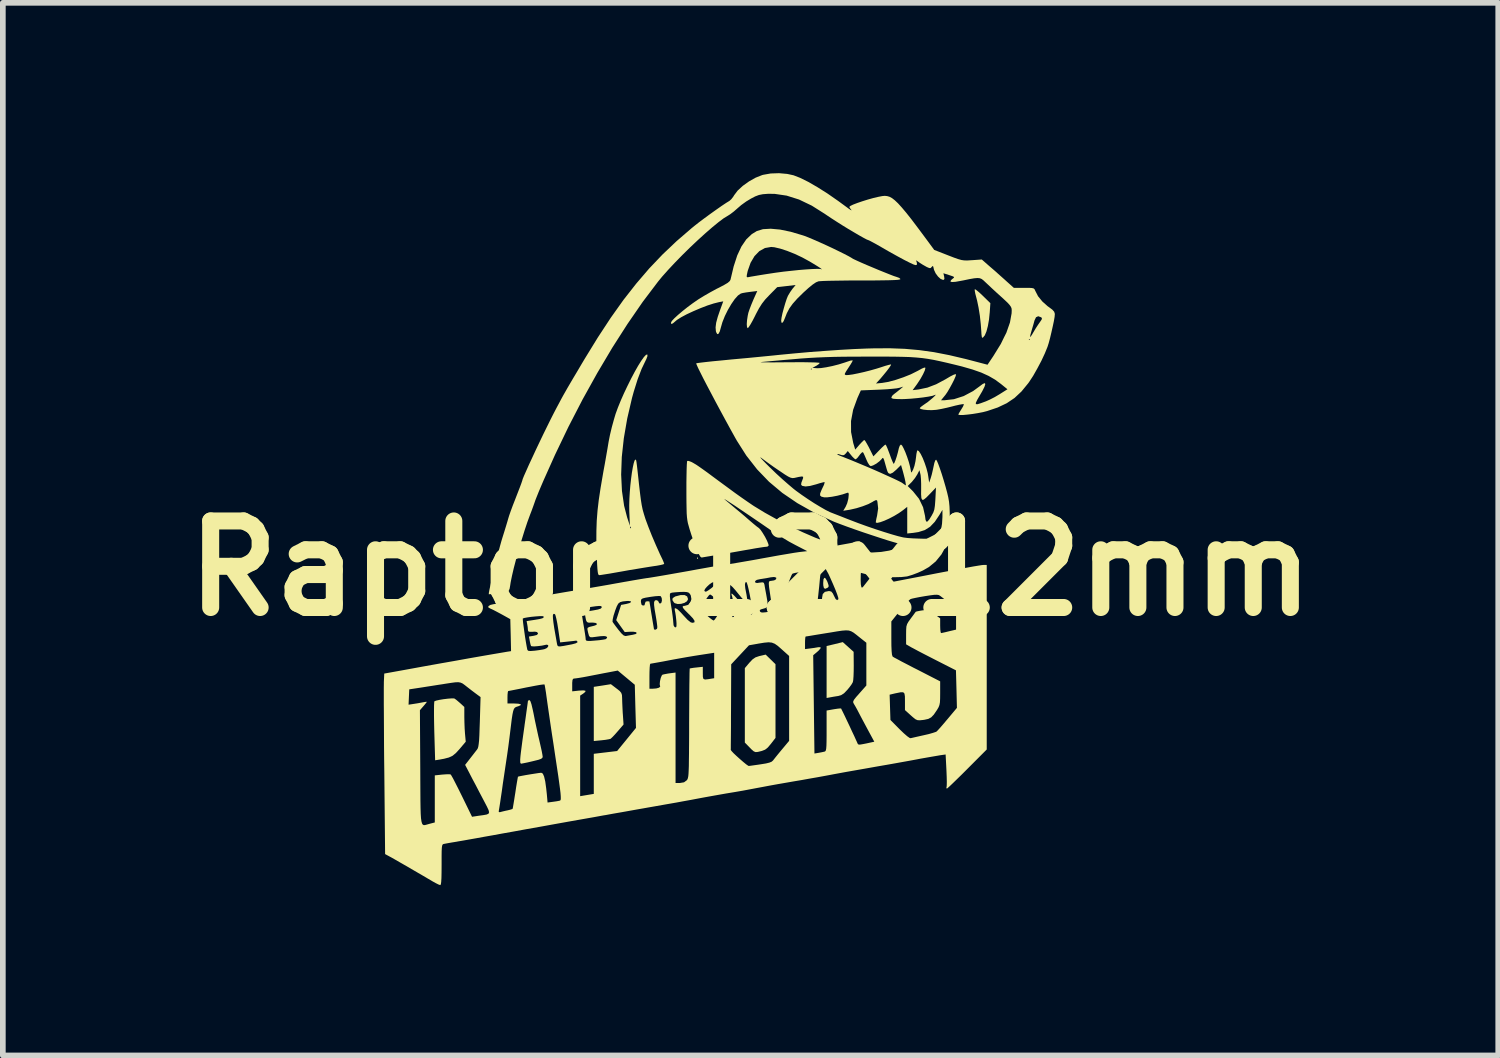
<source format=kicad_pcb>
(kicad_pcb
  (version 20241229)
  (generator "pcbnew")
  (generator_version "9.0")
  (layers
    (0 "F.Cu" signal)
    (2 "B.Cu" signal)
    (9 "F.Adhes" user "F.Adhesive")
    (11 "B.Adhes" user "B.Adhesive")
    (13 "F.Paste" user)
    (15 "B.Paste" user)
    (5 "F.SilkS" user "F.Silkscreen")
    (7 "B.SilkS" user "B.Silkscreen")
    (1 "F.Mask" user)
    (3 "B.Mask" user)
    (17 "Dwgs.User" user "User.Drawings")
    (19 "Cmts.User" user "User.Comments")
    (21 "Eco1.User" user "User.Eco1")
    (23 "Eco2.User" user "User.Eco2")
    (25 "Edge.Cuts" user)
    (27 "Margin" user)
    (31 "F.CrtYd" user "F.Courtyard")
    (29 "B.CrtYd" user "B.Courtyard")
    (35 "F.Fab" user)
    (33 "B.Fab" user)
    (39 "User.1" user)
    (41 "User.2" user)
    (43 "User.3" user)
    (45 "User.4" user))
  (footprint "Raptor 12x12mm"
    (layer "F.Cu")
    (at 10.167 6.959)
    (property "Reference" "Raptor 12x12mm" (at 0 0 0) (layer "F.SilkS") (effects (font (size 1.524 1.524) (thickness 0.3))))
    (attr board_only exclude_from_pos_files exclude_from_bom)
    (fp_poly (pts (xy -0.927 -0.193) (xy -0.924 -0.17) (xy -0.927 -0.167) (xy -0.939 -0.169) (xy -0.94 -0.18) (xy -0.933 -0.196)) (stroke (width 0) (type solid)) (fill yes) (layer "F.SilkS"))
    (fp_poly (pts (xy 1.322 0.177) (xy 1.35 0.228) (xy 1.358 0.248) (xy 1.375 0.299) (xy 1.374 0.326) (xy 1.358 0.341) (xy 1.317 0.36) (xy 1.293 0.348) (xy 1.282 0.303) (xy 1.28 0.258) (xy 1.285 0.193) (xy 1.3 0.166)) (stroke (width 0) (type solid)) (fill yes) (layer "F.SilkS"))
    (fp_poly (pts (xy -1.116 0.494) (xy -1.1 0.542) (xy -1.118 0.579) (xy -1.163 0.608) (xy -1.222 0.625) (xy -1.283 0.628) (xy -1.333 0.614) (xy -1.348 0.602) (xy -1.376 0.558) (xy -1.37 0.523) (xy -1.326 0.495) (xy -1.245 0.474) (xy -1.233 0.471) (xy -1.161 0.47)) (stroke (width 0) (type solid)) (fill yes) (layer "F.SilkS"))
    (fp_poly (pts (xy -0.681 0.553) (xy -0.641 0.584) (xy -0.621 0.601) (xy -0.551 0.66) (xy -0.6 0.75) (xy -0.63 0.801) (xy -0.652 0.833) (xy -0.66 0.839) (xy -0.679 0.827) (xy -0.717 0.796) (xy -0.735 0.78) (xy -0.775 0.739) (xy -0.798 0.706) (xy -0.8 0.698) (xy -0.79 0.667) (xy -0.767 0.623) (xy -0.739 0.578) (xy -0.714 0.547) (xy -0.703 0.541)) (stroke (width 0) (type solid)) (fill yes) (layer "F.SilkS"))
    (fp_poly (pts (xy 0.354 1.604) (xy 0.44 1.688) (xy 0.44 2.986) (xy 0.359 3.091) (xy 0.305 3.155) (xy 0.257 3.193) (xy 0.201 3.215) (xy 0.19 3.218) (xy 0.128 3.233) (xy 0.088 3.236) (xy 0.056 3.222) (xy 0.017 3.188) (xy -0.016 3.154) (xy -0.1 3.068) (xy -0.1 1.757) (xy -0.02 1.662) (xy 0.036 1.603) (xy 0.087 1.568) (xy 0.151 1.546) (xy 0.164 1.543) (xy 0.267 1.519)) (stroke (width 0) (type solid)) (fill yes) (layer "F.SilkS"))
    (fp_poly (pts (xy 1.721 1.385) (xy 1.816 1.47) (xy 1.818 1.714) (xy 1.817 1.813) (xy 1.814 1.901) (xy 1.809 1.968) (xy 1.802 2.004) (xy 1.78 2.043) (xy 1.739 2.099) (xy 1.702 2.143) (xy 1.646 2.201) (xy 1.596 2.233) (xy 1.54 2.249) (xy 1.535 2.249) (xy 1.467 2.26) (xy 1.405 2.271) (xy 1.395 2.273) (xy 1.34 2.283) (xy 1.34 1.368) (xy 1.483 1.334) (xy 1.625 1.299)) (stroke (width 0) (type solid)) (fill yes) (layer "F.SilkS"))
    (fp_poly (pts (xy -2.361 2.115) (xy -2.306 2.158) (xy -2.277 2.192) (xy -2.264 2.23) (xy -2.261 2.285) (xy -2.261 2.292) (xy -2.259 2.361) (xy -2.255 2.452) (xy -2.25 2.549) (xy -2.248 2.572) (xy -2.236 2.75) (xy -2.338 2.869) (xy -2.39 2.928) (xy -2.434 2.974) (xy -2.462 3) (xy -2.465 3.002) (xy -2.497 3.01) (xy -2.555 3.02) (xy -2.625 3.028) (xy -2.76 3.041) (xy -2.76 2.087) (xy -2.609 2.064) (xy -2.459 2.04)) (stroke (width 0) (type solid)) (fill yes) (layer "F.SilkS"))
    (fp_poly (pts (xy 3.968 -4.908) (xy 4.007 -4.877) (xy 4.061 -4.829) (xy 4.092 -4.799) (xy 4.224 -4.67) (xy 4.213 -4.51) (xy 4.2 -4.381) (xy 4.18 -4.267) (xy 4.155 -4.172) (xy 4.126 -4.103) (xy 4.095 -4.066) (xy 4.079 -4.06) (xy 4.073 -4.078) (xy 4.067 -4.124) (xy 4.065 -4.165) (xy 4.055 -4.301) (xy 4.039 -4.449) (xy 4.016 -4.592) (xy 3.99 -4.717) (xy 3.977 -4.767) (xy 3.959 -4.836) (xy 3.949 -4.889) (xy 3.949 -4.915) (xy 3.949 -4.916)) (stroke (width 0) (type solid)) (fill yes) (layer "F.SilkS"))
    (fp_poly (pts (xy -5.22 2.291) (xy -5.212 2.294) (xy -5.181 2.316) (xy -5.135 2.355) (xy -5.112 2.375) (xy -5.04 2.441) (xy -5.04 2.615) (xy -5.038 2.717) (xy -5.034 2.823) (xy -5.028 2.912) (xy -5.027 2.922) (xy -5.015 3.053) (xy -5.123 3.181) (xy -5.188 3.252) (xy -5.246 3.3) (xy -5.312 3.331) (xy -5.396 3.353) (xy -5.472 3.367) (xy -5.554 3.38) (xy -5.569 2.867) (xy -5.572 2.728) (xy -5.574 2.602) (xy -5.574 2.495) (xy -5.573 2.412) (xy -5.57 2.359) (xy -5.567 2.341) (xy -5.535 2.329) (xy -5.477 2.316) (xy -5.404 2.304) (xy -5.329 2.295) (xy -5.264 2.29)) (stroke (width 0) (type solid)) (fill yes) (layer "F.SilkS"))
    (fp_poly (pts (xy -3.877 2.338) (xy -3.858 2.392) (xy -3.836 2.485) (xy -3.821 2.555) (xy -3.797 2.677) (xy -3.767 2.817) (xy -3.737 2.955) (xy -3.718 3.035) (xy -3.696 3.132) (xy -3.677 3.217) (xy -3.665 3.282) (xy -3.66 3.317) (xy -3.66 3.318) (xy -3.666 3.338) (xy -3.689 3.355) (xy -3.736 3.372) (xy -3.813 3.391) (xy -3.842 3.398) (xy -3.923 3.417) (xy -3.991 3.431) (xy -4.034 3.439) (xy -4.044 3.44) (xy -4.055 3.421) (xy -4.056 3.364) (xy -4.051 3.305) (xy -4.044 3.243) (xy -4.032 3.15) (xy -4.017 3.035) (xy -3.999 2.906) (xy -3.98 2.772) (xy -3.979 2.761) (xy -3.961 2.637) (xy -3.946 2.527) (xy -3.933 2.436) (xy -3.924 2.371) (xy -3.92 2.338) (xy -3.92 2.336) (xy -3.904 2.321) (xy -3.893 2.32)) (stroke (width 0) (type solid)) (fill yes) (layer "F.SilkS"))
    (fp_poly (pts (xy -1.817 -3.765) (xy -1.815 -3.737) (xy -1.835 -3.684) (xy -1.848 -3.658) (xy -1.918 -3.512) (xy -1.988 -3.329) (xy -2.056 -3.112) (xy -2.087 -3) (xy -2.171 -2.639) (xy -2.231 -2.292) (xy -2.267 -1.961) (xy -2.278 -1.651) (xy -2.264 -1.363) (xy -2.226 -1.102) (xy -2.173 -0.898) (xy -2.124 -0.75) (xy -2.135 -1.01) (xy -2.136 -1.112) (xy -2.133 -1.225) (xy -2.126 -1.343) (xy -2.116 -1.463) (xy -2.103 -1.579) (xy -2.089 -1.685) (xy -2.073 -1.777) (xy -2.057 -1.85) (xy -2.042 -1.898) (xy -2.027 -1.918) (xy -2.014 -1.903) (xy -2.013 -1.898) (xy -2.008 -1.87) (xy -2 -1.809) (xy -1.99 -1.721) (xy -1.978 -1.613) (xy -1.965 -1.492) (xy -1.963 -1.473) (xy -1.946 -1.326) (xy -1.931 -1.209) (xy -1.916 -1.114) (xy -1.899 -1.032) (xy -1.877 -0.955) (xy -1.851 -0.872) (xy -1.848 -0.863) (xy -1.799 -0.731) (xy -1.738 -0.577) (xy -1.668 -0.413) (xy -1.596 -0.252) (xy -1.548 -0.152) (xy -1.529 -0.107) (xy -1.52 -0.079) (xy -1.52 -0.079) (xy -1.538 -0.07) (xy -1.587 -0.058) (xy -1.658 -0.045) (xy -1.695 -0.04) (xy -1.773 -0.028) (xy -1.879 -0.011) (xy -2.005 0.01) (xy -2.139 0.032) (xy -2.25 0.052) (xy -2.37 0.073) (xy -2.478 0.092) (xy -2.567 0.106) (xy -2.631 0.116) (xy -2.662 0.12) (xy -2.662 0.12) (xy -2.674 0.116) (xy -2.683 0.099) (xy -2.69 0.066) (xy -2.696 0.011) (xy -2.701 -0.071) (xy -2.706 -0.185) (xy -2.709 -0.269) (xy -2.715 -0.474) (xy -2.714 -0.661) (xy -2.712 -0.72) (xy -2.12 -0.72) (xy -2.113 -0.704) (xy -2.107 -0.707) (xy -2.104 -0.73) (xy -2.107 -0.733) (xy -2.119 -0.731) (xy -2.12 -0.72) (xy -2.712 -0.72) (xy -2.708 -0.839) (xy -2.694 -1.018) (xy -2.672 -1.206) (xy -2.641 -1.412) (xy -2.601 -1.646) (xy -2.59 -1.71) (xy -2.566 -1.839) (xy -2.541 -1.982) (xy -2.517 -2.12) (xy -2.499 -2.229) (xy -2.475 -2.35) (xy -2.442 -2.488) (xy -2.404 -2.626) (xy -2.376 -2.72) (xy -2.335 -2.832) (xy -2.285 -2.955) (xy -2.228 -3.084) (xy -2.166 -3.214) (xy -2.103 -3.341) (xy -2.04 -3.46) (xy -1.98 -3.566) (xy -1.925 -3.654) (xy -1.878 -3.72) (xy -1.842 -3.759) (xy -1.819 -3.767)) (stroke (width 0) (type solid)) (fill yes) (layer "F.SilkS"))
    (fp_poly (pts (xy 0.521 -5.966) (xy 0.71 -5.927) (xy 0.922 -5.864) (xy 0.952 -5.854) (xy 1.019 -5.828) (xy 1.109 -5.79) (xy 1.214 -5.744) (xy 1.327 -5.693) (xy 1.443 -5.639) (xy 1.552 -5.586) (xy 1.649 -5.538) (xy 1.726 -5.498) (xy 1.777 -5.469) (xy 1.79 -5.46) (xy 1.817 -5.445) (xy 1.875 -5.418) (xy 1.955 -5.382) (xy 2.052 -5.34) (xy 2.157 -5.296) (xy 2.264 -5.251) (xy 2.366 -5.21) (xy 2.456 -5.174) (xy 2.526 -5.147) (xy 2.57 -5.133) (xy 2.575 -5.131) (xy 2.619 -5.115) (xy 2.64 -5.095) (xy 2.64 -5.093) (xy 2.629 -5.087) (xy 2.595 -5.081) (xy 2.534 -5.077) (xy 2.444 -5.074) (xy 2.322 -5.072) (xy 2.167 -5.07) (xy 1.974 -5.07) (xy 1.955 -5.07) (xy 1.79 -5.07) (xy 1.635 -5.068) (xy 1.496 -5.066) (xy 1.377 -5.064) (xy 1.283 -5.061) (xy 1.221 -5.057) (xy 1.198 -5.055) (xy 1.153 -5.037) (xy 1.095 -4.998) (xy 1.019 -4.936) (xy 0.933 -4.858) (xy 0.825 -4.752) (xy 0.744 -4.661) (xy 0.684 -4.578) (xy 0.639 -4.492) (xy 0.608 -4.413) (xy 0.583 -4.353) (xy 0.561 -4.324) (xy 0.546 -4.326) (xy 0.54 -4.362) (xy 0.546 -4.413) (xy 0.562 -4.49) (xy 0.586 -4.579) (xy 0.612 -4.669) (xy 0.638 -4.748) (xy 0.66 -4.801) (xy 0.699 -4.866) (xy 0.742 -4.927) (xy 0.747 -4.932) (xy 0.795 -4.99) (xy 0.633 -4.971) (xy 0.47 -4.952) (xy 0.33 -4.81) (xy 0.259 -4.735) (xy 0.202 -4.662) (xy 0.15 -4.58) (xy 0.094 -4.475) (xy 0.08 -4.446) (xy 0.037 -4.362) (xy -0.002 -4.293) (xy -0.032 -4.247) (xy -0.049 -4.229) (xy -0.05 -4.229) (xy -0.062 -4.251) (xy -0.066 -4.302) (xy -0.061 -4.371) (xy -0.049 -4.449) (xy -0.038 -4.5) (xy -0.017 -4.563) (xy 0.015 -4.646) (xy 0.05 -4.73) (xy 0.053 -4.737) (xy 0.119 -4.884) (xy -0.005 -4.869) (xy -0.079 -4.859) (xy -0.141 -4.848) (xy -0.172 -4.839) (xy -0.221 -4.805) (xy -0.279 -4.74) (xy -0.339 -4.653) (xy -0.398 -4.552) (xy -0.452 -4.443) (xy -0.495 -4.335) (xy -0.521 -4.245) (xy -0.542 -4.17) (xy -0.565 -4.129) (xy -0.586 -4.125) (xy -0.604 -4.158) (xy -0.61 -4.178) (xy -0.615 -4.244) (xy -0.605 -4.325) (xy -0.577 -4.429) (xy -0.537 -4.546) (xy -0.48 -4.702) (xy -0.555 -4.688) (xy -0.647 -4.665) (xy -0.759 -4.629) (xy -0.881 -4.582) (xy -1.005 -4.529) (xy -1.122 -4.475) (xy -1.221 -4.422) (xy -1.295 -4.375) (xy -1.313 -4.36) (xy -1.361 -4.319) (xy -1.388 -4.303) (xy -1.398 -4.31) (xy -1.4 -4.329) (xy -1.385 -4.357) (xy -1.342 -4.403) (xy -1.278 -4.462) (xy -1.199 -4.529) (xy -1.11 -4.6) (xy -1.017 -4.669) (xy -0.926 -4.732) (xy -0.92 -4.736) (xy -0.823 -4.796) (xy -0.708 -4.862) (xy -0.596 -4.923) (xy -0.555 -4.943) (xy -0.462 -4.992) (xy -0.4 -5.029) (xy -0.365 -5.06) (xy -0.352 -5.085) (xy -0.34 -5.135) (xy -0.067 -5.135) (xy -0.057 -5.126) (xy -0.033 -5.129) (xy 0.001 -5.136) (xy 0.067 -5.147) (xy 0.156 -5.162) (xy 0.261 -5.179) (xy 0.32 -5.188) (xy 0.446 -5.207) (xy 0.581 -5.225) (xy 0.719 -5.24) (xy 0.853 -5.254) (xy 0.977 -5.264) (xy 1.084 -5.271) (xy 1.169 -5.274) (xy 1.226 -5.273) (xy 1.244 -5.269) (xy 1.258 -5.264) (xy 1.25 -5.273) (xy 1.225 -5.291) (xy 1.174 -5.324) (xy 1.105 -5.366) (xy 1.04 -5.405) (xy 0.912 -5.475) (xy 0.778 -5.538) (xy 0.645 -5.591) (xy 0.522 -5.631) (xy 0.419 -5.655) (xy 0.363 -5.66) (xy 0.254 -5.641) (xy 0.155 -5.586) (xy 0.07 -5.498) (xy 0.001 -5.381) (xy -0.049 -5.239) (xy -0.052 -5.226) (xy -0.065 -5.165) (xy -0.067 -5.135) (xy -0.34 -5.135) (xy -0.297 -5.316) (xy -0.234 -5.51) (xy -0.16 -5.668) (xy -0.074 -5.794) (xy 0.024 -5.887) (xy 0.111 -5.94) (xy 0.219 -5.973) (xy 0.356 -5.981)) (stroke (width 0) (type solid)) (fill yes) (layer "F.SilkS"))
    (fp_poly (pts (xy 0.648 -6.946) (xy 0.758 -6.922) (xy 0.876 -6.876) (xy 1.019 -6.805) (xy 1.18 -6.712) (xy 1.357 -6.6) (xy 1.544 -6.47) (xy 1.69 -6.363) (xy 1.741 -6.326) (xy 1.773 -6.306) (xy 1.779 -6.308) (xy 1.775 -6.313) (xy 1.749 -6.347) (xy 1.74 -6.365) (xy 1.758 -6.382) (xy 1.807 -6.406) (xy 1.88 -6.434) (xy 1.968 -6.464) (xy 2.064 -6.494) (xy 2.16 -6.521) (xy 2.248 -6.542) (xy 2.321 -6.556) (xy 2.363 -6.56) (xy 2.405 -6.556) (xy 2.447 -6.544) (xy 2.492 -6.52) (xy 2.541 -6.482) (xy 2.598 -6.428) (xy 2.665 -6.354) (xy 2.745 -6.259) (xy 2.839 -6.14) (xy 2.95 -5.993) (xy 3.081 -5.817) (xy 3.124 -5.759) (xy 3.235 -5.608) (xy 3.483 -5.511) (xy 3.584 -5.472) (xy 3.658 -5.446) (xy 3.715 -5.43) (xy 3.764 -5.423) (xy 3.818 -5.422) (xy 3.884 -5.426) (xy 3.901 -5.427) (xy 4.073 -5.439) (xy 4.211 -5.318) (xy 4.295 -5.246) (xy 4.389 -5.162) (xy 4.478 -5.083) (xy 4.493 -5.069) (xy 4.637 -4.94) (xy 4.816 -4.94) (xy 4.902 -4.94) (xy 4.956 -4.937) (xy 4.987 -4.929) (xy 5.003 -4.914) (xy 5.014 -4.889) (xy 5.016 -4.885) (xy 5.064 -4.792) (xy 5.14 -4.699) (xy 5.233 -4.616) (xy 5.256 -4.6) (xy 5.316 -4.555) (xy 5.348 -4.519) (xy 5.359 -4.483) (xy 5.359 -4.474) (xy 5.355 -4.427) (xy 5.342 -4.352) (xy 5.322 -4.258) (xy 5.299 -4.156) (xy 5.275 -4.055) (xy 5.251 -3.966) (xy 5.23 -3.9) (xy 5.184 -3.787) (xy 5.123 -3.656) (xy 5.051 -3.52) (xy 4.978 -3.391) (xy 4.908 -3.284) (xy 4.89 -3.259) (xy 4.772 -3.115) (xy 4.649 -3) (xy 4.512 -2.908) (xy 4.354 -2.833) (xy 4.167 -2.77) (xy 4.093 -2.751) (xy 4.005 -2.734) (xy 3.913 -2.719) (xy 3.824 -2.708) (xy 3.747 -2.701) (xy 3.69 -2.7) (xy 3.662 -2.705) (xy 3.66 -2.708) (xy 3.67 -2.731) (xy 3.696 -2.774) (xy 3.713 -2.801) (xy 3.742 -2.849) (xy 3.756 -2.883) (xy 3.755 -2.892) (xy 3.732 -2.891) (xy 3.68 -2.882) (xy 3.607 -2.866) (xy 3.557 -2.853) (xy 3.461 -2.829) (xy 3.365 -2.808) (xy 3.286 -2.794) (xy 3.263 -2.791) (xy 3.19 -2.786) (xy 3.115 -2.788) (xy 3.047 -2.795) (xy 2.999 -2.806) (xy 2.98 -2.82) (xy 2.98 -2.82) (xy 2.995 -2.839) (xy 3.036 -2.87) (xy 3.076 -2.898) (xy 3.119 -2.927) (xy 3.164 -2.964) (xy 3.207 -3) (xy 3.241 -3.032) (xy 3.26 -3.053) (xy 3.257 -3.058) (xy 3.244 -3.052) (xy 3.204 -3.038) (xy 3.133 -3.024) (xy 3.04 -3.01) (xy 2.935 -2.998) (xy 2.828 -2.988) (xy 2.726 -2.982) (xy 2.665 -2.98) (xy 2.574 -2.982) (xy 2.517 -2.986) (xy 2.488 -2.995) (xy 2.48 -3.008) (xy 2.495 -3.039) (xy 2.525 -3.067) (xy 2.571 -3.102) (xy 2.624 -3.145) (xy 2.63 -3.149) (xy 2.69 -3.2) (xy 2.62 -3.179) (xy 2.575 -3.17) (xy 2.5 -3.162) (xy 2.403 -3.154) (xy 2.293 -3.148) (xy 2.246 -3.146) (xy 1.943 -3.134) (xy 1.882 -2.998) (xy 1.807 -2.792) (xy 1.77 -2.594) (xy 1.771 -2.4) (xy 1.809 -2.207) (xy 1.811 -2.201) (xy 1.844 -2.091) (xy 1.917 -2.176) (xy 1.96 -2.222) (xy 1.992 -2.253) (xy 2.005 -2.26) (xy 2.02 -2.244) (xy 2.047 -2.199) (xy 2.082 -2.136) (xy 2.092 -2.116) (xy 2.164 -1.972) (xy 2.264 -2.076) (xy 2.314 -2.127) (xy 2.354 -2.164) (xy 2.376 -2.18) (xy 2.377 -2.18) (xy 2.39 -2.162) (xy 2.411 -2.115) (xy 2.437 -2.047) (xy 2.451 -2.01) (xy 2.478 -1.935) (xy 2.502 -1.877) (xy 2.518 -1.844) (xy 2.522 -1.84) (xy 2.534 -1.858) (xy 2.553 -1.904) (xy 2.574 -1.967) (xy 2.594 -2.038) (xy 2.61 -2.105) (xy 2.612 -2.115) (xy 2.628 -2.159) (xy 2.648 -2.18) (xy 2.65 -2.18) (xy 2.67 -2.162) (xy 2.696 -2.114) (xy 2.727 -2.045) (xy 2.758 -1.963) (xy 2.787 -1.876) (xy 2.809 -1.794) (xy 2.823 -1.725) (xy 2.824 -1.72) (xy 2.829 -1.691) (xy 2.838 -1.692) (xy 2.856 -1.725) (xy 2.866 -1.745) (xy 2.887 -1.805) (xy 2.905 -1.886) (xy 2.914 -1.95) (xy 2.922 -2.016) (xy 2.932 -2.063) (xy 2.941 -2.08) (xy 2.966 -2.062) (xy 2.998 -2.013) (xy 3.033 -1.942) (xy 3.067 -1.856) (xy 3.098 -1.764) (xy 3.121 -1.675) (xy 3.13 -1.62) (xy 3.146 -1.51) (xy 3.173 -1.588) (xy 3.192 -1.652) (xy 3.211 -1.734) (xy 3.224 -1.794) (xy 3.238 -1.858) (xy 3.254 -1.901) (xy 3.268 -1.914) (xy 3.283 -1.892) (xy 3.306 -1.839) (xy 3.335 -1.759) (xy 3.368 -1.661) (xy 3.402 -1.551) (xy 3.436 -1.434) (xy 3.464 -1.33) (xy 3.483 -1.249) (xy 3.496 -1.173) (xy 3.504 -1.091) (xy 3.508 -0.992) (xy 3.51 -0.866) (xy 3.51 -0.84) (xy 3.509 -0.722) (xy 3.507 -0.635) (xy 3.503 -0.571) (xy 3.495 -0.522) (xy 3.483 -0.48) (xy 3.464 -0.435) (xy 3.448 -0.4) (xy 3.362 -0.245) (xy 3.262 -0.122) (xy 3.143 -0.024) (xy 3.037 0.037) (xy 2.946 0.078) (xy 2.851 0.114) (xy 2.769 0.139) (xy 2.75 0.143) (xy 2.658 0.153) (xy 2.54 0.156) (xy 2.408 0.153) (xy 2.276 0.144) (xy 2.158 0.13) (xy 2.065 0.112) (xy 2.06 0.111) (xy 2 0.094) (xy 1.958 0.083) (xy 1.945 0.08) (xy 1.942 0.098) (xy 1.941 0.146) (xy 1.94 0.21) (xy 1.943 0.283) (xy 1.952 0.328) (xy 1.961 0.34) (xy 1.986 0.336) (xy 2.045 0.326) (xy 2.131 0.31) (xy 2.239 0.29) (xy 2.362 0.266) (xy 2.436 0.251) (xy 2.756 0.189) (xy 3.037 0.135) (xy 3.282 0.087) (xy 3.493 0.047) (xy 3.67 0.014) (xy 3.814 -0.013) (xy 3.929 -0.034) (xy 4.014 -0.048) (xy 4.071 -0.057) (xy 4.103 -0.06) (xy 4.105 -0.06) (xy 4.16 -0.06) (xy 4.16 3.19) (xy 3.816 3.535) (xy 3.72 3.631) (xy 3.633 3.716) (xy 3.559 3.788) (xy 3.503 3.841) (xy 3.467 3.873) (xy 3.457 3.88) (xy 3.449 3.865) (xy 3.453 3.849) (xy 3.456 3.819) (xy 3.457 3.757) (xy 3.455 3.672) (xy 3.451 3.572) (xy 3.45 3.548) (xy 3.436 3.278) (xy 3.343 3.291) (xy 3.291 3.3) (xy 3.209 3.314) (xy 3.106 3.332) (xy 2.992 3.352) (xy 2.93 3.364) (xy 2.817 3.385) (xy 2.695 3.407) (xy 2.562 3.431) (xy 2.41 3.458) (xy 2.236 3.488) (xy 2.034 3.524) (xy 1.8 3.565) (xy 1.72 3.579) (xy 1.653 3.591) (xy 1.561 3.608) (xy 1.458 3.627) (xy 1.39 3.64) (xy 1.298 3.657) (xy 1.178 3.679) (xy 1.04 3.703) (xy 0.896 3.729) (xy 0.77 3.75) (xy 0.627 3.775) (xy 0.477 3.801) (xy 0.333 3.827) (xy 0.206 3.851) (xy 0.12 3.867) (xy -0.002 3.89) (xy -0.135 3.915) (xy -0.262 3.937) (xy -0.34 3.95) (xy -0.431 3.965) (xy -0.55 3.986) (xy -0.685 4.01) (xy -0.824 4.035) (xy -0.92 4.053) (xy -1.052 4.078) (xy -1.185 4.102) (xy -1.309 4.125) (xy -1.412 4.143) (xy -1.47 4.153) (xy -1.555 4.168) (xy -1.668 4.188) (xy -1.794 4.21) (xy -1.923 4.233) (xy -1.97 4.241) (xy -2.11 4.266) (xy -2.266 4.294) (xy -2.422 4.321) (xy -2.558 4.346) (xy -2.58 4.349) (xy -2.76 4.382) (xy -2.971 4.419) (xy -3.203 4.46) (xy -3.448 4.504) (xy -3.696 4.549) (xy -3.94 4.592) (xy -4.169 4.634) (xy -4.377 4.671) (xy -4.54 4.701) (xy -4.682 4.726) (xy -4.824 4.752) (xy -4.955 4.775) (xy -5.067 4.795) (xy -5.151 4.809) (xy -5.17 4.813) (xy -5.256 4.827) (xy -5.331 4.84) (xy -5.383 4.85) (xy -5.395 4.852) (xy -5.411 4.856) (xy -5.423 4.865) (xy -5.431 4.885) (xy -5.436 4.92) (xy -5.439 4.978) (xy -5.44 5.062) (xy -5.44 5.179) (xy -5.44 5.22) (xy -5.441 5.355) (xy -5.443 5.454) (xy -5.447 5.521) (xy -5.453 5.561) (xy -5.461 5.577) (xy -5.465 5.578) (xy -5.494 5.568) (xy -5.546 5.542) (xy -5.6 5.512) (xy -5.768 5.413) (xy -5.923 5.323) (xy -6.062 5.242) (xy -6.179 5.175) (xy -6.271 5.122) (xy -6.333 5.087) (xy -6.343 5.082) (xy -6.435 5.032) (xy -6.449 3.591) (xy -6.452 3.35) (xy -6.454 3.118) (xy -6.455 2.897) (xy -6.456 2.693) (xy -6.457 2.508) (xy -6.458 2.401) (xy -6.022 2.401) (xy -5.936 2.388) (xy -5.86 2.376) (xy -5.785 2.362) (xy -5.775 2.36) (xy -5.727 2.352) (xy -5.701 2.35) (xy -5.7 2.351) (xy -5.712 2.369) (xy -5.742 2.406) (xy -5.761 2.428) (xy -5.822 2.498) (xy -5.816 3.509) (xy -5.815 3.739) (xy -5.814 3.933) (xy -5.813 4.093) (xy -5.811 4.222) (xy -5.808 4.323) (xy -5.803 4.4) (xy -5.795 4.455) (xy -5.785 4.492) (xy -5.772 4.513) (xy -5.754 4.522) (xy -5.733 4.521) (xy -5.706 4.514) (xy -5.674 4.505) (xy -5.649 4.498) (xy -5.56 4.475) (xy -5.56 3.646) (xy -5.429 3.632) (xy -5.359 3.627) (xy -5.306 3.626) (xy -5.28 3.63) (xy -5.267 3.65) (xy -5.238 3.701) (xy -5.199 3.777) (xy -5.15 3.873) (xy -5.096 3.982) (xy -5.083 4.008) (xy -4.904 4.375) (xy -4.787 4.357) (xy -4.706 4.346) (xy -4.649 4.336) (xy -4.615 4.322) (xy -4.604 4.297) (xy -4.605 4.29) (xy -4.434 4.29) (xy -4.415 4.295) (xy -4.406 4.292) (xy -4.364 4.281) (xy -4.304 4.267) (xy -4.283 4.263) (xy -4.23 4.25) (xy -4.196 4.239) (xy -4.191 4.237) (xy -4.185 4.216) (xy -4.176 4.162) (xy -4.163 4.084) (xy -4.148 3.988) (xy -4.142 3.952) (xy -4.127 3.851) (xy -4.113 3.766) (xy -4.102 3.704) (xy -4.096 3.672) (xy -4.095 3.669) (xy -4.074 3.663) (xy -4.023 3.653) (xy -3.953 3.64) (xy -3.875 3.627) (xy -3.798 3.615) (xy -3.733 3.605) (xy -3.69 3.6) (xy -3.683 3.6) (xy -3.657 3.616) (xy -3.635 3.667) (xy -3.615 3.752) (xy -3.598 3.876) (xy -3.587 3.977) (xy -3.574 4.124) (xy -3.477 4.111) (xy -3.414 4.102) (xy -3.367 4.093) (xy -3.354 4.089) (xy -3.347 4.083) (xy -3.342 4.07) (xy -3.341 4.047) (xy -3.342 4.01) (xy -3.346 3.956) (xy -3.355 3.882) (xy -3.368 3.785) (xy -3.385 3.661) (xy -3.408 3.508) (xy -3.436 3.322) (xy -3.469 3.1) (xy -3.472 3.08) (xy -3.497 2.918) (xy -3.521 2.757) (xy -3.543 2.605) (xy -3.563 2.469) (xy -3.579 2.357) (xy -3.59 2.277) (xy -3.591 2.272) (xy -3.603 2.183) (xy -3.606 2.166) (xy -3.14 2.166) (xy -3.02 2.153) (xy -2.945 2.149) (xy -2.908 2.155) (xy -2.908 2.174) (xy -2.944 2.204) (xy -2.95 2.208) (xy -3 2.241) (xy -3 4.012) (xy -2.76 3.972) (xy -2.76 3.266) (xy -2.349 3.217) (xy -2.183 3.014) (xy -2.017 2.81) (xy -2.028 2.43) (xy -2.036 2.12) (xy -1.78 2.12) (xy -1.725 2.12) (xy -1.66 2.115) (xy -1.612 2.102) (xy -1.591 2.084) (xy -1.592 2.076) (xy -1.599 2.041) (xy -1.594 1.987) (xy -1.581 1.93) (xy -1.563 1.887) (xy -1.549 1.872) (xy -1.513 1.864) (xy -1.455 1.853) (xy -1.42 1.848) (xy -1.32 1.835) (xy -1.32 3.78) (xy -1.243 3.78) (xy -1.171 3.768) (xy -1.126 3.735) (xy -1.116 3.724) (xy -1.108 3.71) (xy -1.102 3.69) (xy -1.096 3.661) (xy -1.092 3.619) (xy -1.089 3.56) (xy -1.086 3.482) (xy -1.085 3.38) (xy -1.083 3.251) (xy -1.083 3.196) (xy -0.348 3.196) (xy -0.335 3.216) (xy -0.299 3.255) (xy -0.247 3.304) (xy -0.187 3.358) (xy -0.128 3.409) (xy -0.077 3.451) (xy -0.041 3.476) (xy -0.031 3.48) (xy -0.003 3.477) (xy 0.054 3.469) (xy 0.132 3.458) (xy 0.179 3.451) (xy 0.272 3.436) (xy 0.333 3.421) (xy 0.372 3.405) (xy 0.397 3.383) (xy 0.403 3.375) (xy 0.432 3.338) (xy 0.478 3.281) (xy 0.534 3.213) (xy 0.559 3.183) (xy 0.68 3.038) (xy 0.68 1.543) (xy 0.545 1.422) (xy 0.96 1.422) (xy 1.055 1.41) (xy 1.122 1.401) (xy 1.18 1.391) (xy 1.195 1.389) (xy 1.232 1.388) (xy 1.235 1.406) (xy 1.205 1.443) (xy 1.172 1.473) (xy 1.104 1.53) (xy 1.115 2.395) (xy 1.126 3.261) (xy 1.198 3.249) (xy 1.256 3.238) (xy 1.302 3.228) (xy 1.305 3.227) (xy 1.318 3.22) (xy 1.327 3.204) (xy 1.333 3.174) (xy 1.337 3.123) (xy 1.339 3.046) (xy 1.34 2.938) (xy 1.34 2.861) (xy 1.34 2.504) (xy 1.464 2.482) (xy 1.529 2.472) (xy 1.577 2.467) (xy 1.595 2.468) (xy 1.605 2.488) (xy 1.629 2.536) (xy 1.663 2.606) (xy 1.703 2.691) (xy 1.746 2.781) (xy 1.788 2.872) (xy 1.827 2.954) (xy 1.857 3.021) (xy 1.877 3.064) (xy 1.88 3.072) (xy 1.89 3.093) (xy 1.906 3.104) (xy 1.937 3.103) (xy 1.992 3.093) (xy 2.038 3.084) (xy 2.18 3.053) (xy 2.081 2.87) (xy 2.03 2.775) (xy 1.977 2.676) (xy 1.931 2.589) (xy 1.915 2.558) (xy 1.878 2.487) (xy 1.844 2.426) (xy 1.82 2.386) (xy 1.809 2.364) (xy 1.809 2.341) (xy 1.825 2.311) (xy 1.861 2.265) (xy 1.897 2.225) (xy 2.45 2.225) (xy 2.457 2.447) (xy 2.464 2.67) (xy 2.627 2.835) (xy 2.7 2.905) (xy 2.76 2.957) (xy 2.803 2.987) (xy 2.82 2.991) (xy 2.851 2.984) (xy 2.912 2.97) (xy 2.992 2.952) (xy 3.05 2.939) (xy 3.137 2.919) (xy 3.211 2.898) (xy 3.262 2.881) (xy 3.278 2.873) (xy 3.301 2.849) (xy 3.344 2.802) (xy 3.4 2.737) (xy 3.464 2.661) (xy 3.471 2.653) (xy 3.635 2.457) (xy 3.627 2.127) (xy 3.618 1.796) (xy 3.264 1.616) (xy 3.149 1.557) (xy 3.04 1.501) (xy 2.946 1.452) (xy 2.872 1.412) (xy 2.826 1.388) (xy 2.825 1.387) (xy 2.74 1.338) (xy 2.74 1.166) (xy 2.741 1.082) (xy 2.745 1.025) (xy 2.758 0.981) (xy 2.782 0.939) (xy 2.822 0.884) (xy 2.823 0.882) (xy 2.865 0.826) (xy 2.896 0.783) (xy 2.911 0.764) (xy 2.911 0.764) (xy 2.931 0.758) (xy 2.979 0.748) (xy 3.022 0.741) (xy 3.082 0.733) (xy 3.124 0.735) (xy 3.163 0.752) (xy 3.214 0.787) (xy 3.235 0.803) (xy 3.34 0.881) (xy 3.34 1.011) (xy 3.342 1.077) (xy 3.348 1.123) (xy 3.355 1.14) (xy 3.383 1.135) (xy 3.432 1.124) (xy 3.44 1.122) (xy 3.505 1.106) (xy 3.565 1.092) (xy 3.565 1.092) (xy 3.62 1.079) (xy 3.62 0.706) (xy 3.497 0.608) (xy 3.433 0.557) (xy 3.377 0.513) (xy 3.339 0.484) (xy 3.336 0.482) (xy 3.314 0.47) (xy 3.284 0.465) (xy 3.238 0.466) (xy 3.167 0.475) (xy 3.074 0.489) (xy 2.981 0.505) (xy 2.9 0.521) (xy 2.841 0.534) (xy 2.815 0.543) (xy 2.789 0.565) (xy 2.745 0.612) (xy 2.689 0.676) (xy 2.63 0.748) (xy 2.48 0.935) (xy 2.48 1.235) (xy 2.481 1.364) (xy 2.485 1.457) (xy 2.491 1.518) (xy 2.501 1.55) (xy 2.505 1.555) (xy 2.529 1.57) (xy 2.584 1.599) (xy 2.663 1.642) (xy 2.762 1.693) (xy 2.875 1.752) (xy 2.935 1.782) (xy 3.34 1.99) (xy 3.34 2.198) (xy 3.339 2.293) (xy 3.336 2.359) (xy 3.327 2.407) (xy 3.312 2.446) (xy 3.287 2.489) (xy 3.28 2.5) (xy 3.228 2.576) (xy 3.182 2.624) (xy 3.132 2.651) (xy 3.066 2.666) (xy 3.039 2.67) (xy 2.98 2.676) (xy 2.939 2.673) (xy 2.904 2.657) (xy 2.859 2.621) (xy 2.824 2.59) (xy 2.72 2.496) (xy 2.72 2.338) (xy 2.719 2.255) (xy 2.711 2.205) (xy 2.689 2.182) (xy 2.645 2.182) (xy 2.571 2.197) (xy 2.546 2.202) (xy 2.45 2.225) (xy 1.897 2.225) (xy 1.916 2.203) (xy 2.04 2.063) (xy 2.04 1.31) (xy 1.924 1.218) (xy 1.863 1.169) (xy 1.816 1.133) (xy 1.774 1.109) (xy 1.732 1.095) (xy 1.681 1.092) (xy 1.614 1.097) (xy 1.525 1.11) (xy 1.406 1.13) (xy 1.355 1.138) (xy 1.238 1.157) (xy 1.134 1.174) (xy 1.051 1.188) (xy 0.995 1.197) (xy 0.971 1.2) (xy 0.971 1.2) (xy 0.965 1.218) (xy 0.961 1.265) (xy 0.96 1.311) (xy 0.96 1.422) (xy 0.545 1.422) (xy 0.545 1.422) (xy 0.48 1.365) (xy 0.427 1.328) (xy 0.376 1.308) (xy 0.318 1.302) (xy 0.241 1.309) (xy 0.136 1.326) (xy 0.121 1.329) (xy -0.027 1.355) (xy -0.184 1.523) (xy -0.34 1.69) (xy -0.343 2.435) (xy -0.344 2.604) (xy -0.344 2.76) (xy -0.345 2.9) (xy -0.346 3.017) (xy -0.347 3.109) (xy -0.347 3.17) (xy -0.348 3.196) (xy -0.348 3.196) (xy -1.083 3.196) (xy -1.082 3.092) (xy -1.081 2.899) (xy -1.081 2.73) (xy -1.08 2.539) (xy -1.079 2.359) (xy -1.078 2.196) (xy -1.077 2.054) (xy -1.075 1.935) (xy -1.074 1.845) (xy -1.072 1.787) (xy -1.071 1.764) (xy -1.071 1.764) (xy -1.049 1.759) (xy -0.999 1.751) (xy -0.952 1.746) (xy -0.84 1.734) (xy -0.84 1.847) (xy -0.839 1.912) (xy -0.829 1.947) (xy -0.801 1.958) (xy -0.746 1.952) (xy -0.715 1.947) (xy -0.64 1.935) (xy -0.64 1.487) (xy -0.875 1.523) (xy -0.983 1.54) (xy -1.115 1.562) (xy -1.256 1.587) (xy -1.393 1.612) (xy -1.43 1.619) (xy -1.539 1.64) (xy -1.633 1.657) (xy -1.707 1.67) (xy -1.753 1.678) (xy -1.765 1.68) (xy -1.771 1.699) (xy -1.776 1.749) (xy -1.779 1.824) (xy -1.78 1.9) (xy -1.78 2.12) (xy -2.036 2.12) (xy -2.038 2.05) (xy -2.188 1.925) (xy -2.338 1.8) (xy -2.494 1.83) (xy -2.585 1.847) (xy -2.697 1.869) (xy -2.811 1.891) (xy -2.857 1.9) (xy -2.947 1.917) (xy -3.025 1.93) (xy -3.081 1.938) (xy -3.102 1.94) (xy -3.124 1.945) (xy -3.135 1.967) (xy -3.14 2.015) (xy -3.14 2.053) (xy -3.14 2.166) (xy -3.606 2.166) (xy -3.615 2.11) (xy -3.624 2.06) (xy -3.629 2.044) (xy -3.651 2.045) (xy -3.705 2.052) (xy -3.784 2.066) (xy -3.882 2.085) (xy -3.946 2.097) (xy -4.052 2.119) (xy -4.144 2.137) (xy -4.215 2.151) (xy -4.258 2.159) (xy -4.267 2.16) (xy -4.274 2.178) (xy -4.279 2.225) (xy -4.28 2.27) (xy -4.28 2.38) (xy -4.16 2.38) (xy -4.086 2.384) (xy -4.048 2.393) (xy -4.046 2.408) (xy -4.083 2.426) (xy -4.104 2.433) (xy -4.131 2.442) (xy -4.151 2.455) (xy -4.167 2.477) (xy -4.18 2.515) (xy -4.192 2.572) (xy -4.205 2.656) (xy -4.219 2.77) (xy -4.23 2.86) (xy -4.246 2.991) (xy -4.265 3.138) (xy -4.285 3.28) (xy -4.3 3.38) (xy -4.318 3.5) (xy -4.339 3.642) (xy -4.361 3.788) (xy -4.379 3.92) (xy -4.395 4.027) (xy -4.409 4.123) (xy -4.421 4.199) (xy -4.429 4.248) (xy -4.431 4.257) (xy -4.434 4.29) (xy -4.605 4.29) (xy -4.613 4.257) (xy -4.642 4.195) (xy -4.689 4.105) (xy -4.721 4.044) (xy -4.779 3.934) (xy -4.838 3.82) (xy -4.893 3.717) (xy -4.936 3.634) (xy -4.945 3.616) (xy -5.026 3.461) (xy -4.938 3.348) (xy -4.888 3.284) (xy -4.844 3.227) (xy -4.815 3.19) (xy -4.803 3.17) (xy -4.794 3.14) (xy -4.787 3.095) (xy -4.78 3.03) (xy -4.775 2.939) (xy -4.771 2.818) (xy -4.767 2.706) (xy -4.754 2.267) (xy -4.807 2.228) (xy -4.849 2.197) (xy -4.91 2.151) (xy -4.978 2.098) (xy -4.985 2.093) (xy -5.033 2.055) (xy -5.07 2.028) (xy -5.106 2.012) (xy -5.146 2.005) (xy -5.2 2.007) (xy -5.275 2.017) (xy -5.379 2.033) (xy -5.42 2.04) (xy -5.495 2.051) (xy -5.595 2.067) (xy -5.705 2.084) (xy -5.78 2.096) (xy -6.01 2.131) (xy -6.022 2.401) (xy -6.458 2.401) (xy -6.458 2.345) (xy -6.458 2.209) (xy -6.458 2.104) (xy -6.457 2.031) (xy -6.457 2.002) (xy -6.45 1.853) (xy -6.09 1.788) (xy -5.778 1.731) (xy -5.483 1.678) (xy -5.21 1.63) (xy -4.961 1.585) (xy -4.738 1.546) (xy -4.547 1.513) (xy -4.388 1.486) (xy -4.283 1.468) (xy -4.217 1.458) (xy -4.223 1.176) (xy -4.23 0.905) (xy -4.01 0.905) (xy -4.005 0.957) (xy -3.995 1.031) (xy -3.983 1.118) (xy -3.97 1.209) (xy -3.956 1.296) (xy -3.943 1.37) (xy -3.933 1.421) (xy -3.929 1.437) (xy -3.914 1.452) (xy -3.877 1.456) (xy -3.81 1.451) (xy -3.798 1.45) (xy -3.723 1.44) (xy -3.656 1.429) (xy -3.623 1.421) (xy -3.584 1.402) (xy -3.563 1.375) (xy -3.563 1.352) (xy -3.587 1.344) (xy -3.603 1.346) (xy -3.674 1.361) (xy -3.747 1.37) (xy -3.811 1.375) (xy -3.854 1.372) (xy -3.865 1.367) (xy -3.875 1.338) (xy -3.886 1.287) (xy -3.888 1.275) (xy -3.902 1.201) (xy -3.82 1.188) (xy -3.765 1.174) (xy -3.744 1.155) (xy -3.744 1.143) (xy -3.759 1.122) (xy -3.797 1.115) (xy -3.835 1.117) (xy -3.889 1.118) (xy -3.914 1.109) (xy -3.92 1.085) (xy -3.92 1.084) (xy -3.924 1.035) (xy -3.932 0.987) (xy -3.943 0.929) (xy -3.8 0.907) (xy -3.717 0.893) (xy -3.667 0.88) (xy -3.645 0.868) (xy -3.643 0.852) (xy -3.647 0.845) (xy -3.669 0.841) (xy -3.72 0.842) (xy -3.788 0.847) (xy -3.862 0.854) (xy -3.931 0.864) (xy -3.984 0.874) (xy -4.01 0.883) (xy -4.01 0.905) (xy -4.23 0.905) (xy -4.23 0.895) (xy -4.341 0.833) (xy -3.481 0.833) (xy -3.479 0.881) (xy -3.471 0.954) (xy -3.456 1.056) (xy -3.432 1.192) (xy -3.41 1.317) (xy -3.404 1.346) (xy -3.396 1.365) (xy -3.379 1.374) (xy -3.347 1.374) (xy -3.291 1.366) (xy -3.207 1.35) (xy -3.144 1.338) (xy -3.08 1.321) (xy -3.048 1.303) (xy -3.046 1.293) (xy -3.066 1.273) (xy -3.072 1.273) (xy -3.1 1.277) (xy -3.155 1.283) (xy -3.221 1.29) (xy -3.352 1.304) (xy -3.388 1.062) (xy -3.403 0.968) (xy -3.419 0.889) (xy -3.433 0.833) (xy -3.443 0.808) (xy -3.444 0.808) (xy -3.462 0.8) (xy -3.475 0.808) (xy -3.481 0.833) (xy -4.341 0.833) (xy -4.39 0.806) (xy -4.465 0.766) (xy -4.53 0.732) (xy -2.98 0.732) (xy -2.977 0.764) (xy -2.968 0.824) (xy -2.956 0.901) (xy -2.951 0.935) (xy -2.93 1.056) (xy -2.916 1.144) (xy -2.907 1.204) (xy -2.903 1.244) (xy -2.902 1.258) (xy -2.893 1.272) (xy -2.866 1.278) (xy -2.813 1.278) (xy -2.741 1.272) (xy -2.661 1.265) (xy -2.595 1.256) (xy -2.554 1.248) (xy -2.55 1.247) (xy -2.527 1.226) (xy -2.526 1.213) (xy -2.542 1.198) (xy -2.578 1.192) (xy -2.643 1.195) (xy -2.733 1.207) (xy -2.791 1.214) (xy -2.825 1.211) (xy -2.844 1.189) (xy -2.858 1.14) (xy -2.868 1.096) (xy -2.873 1.065) (xy -2.866 1.046) (xy -2.839 1.032) (xy -2.783 1.018) (xy -2.754 1.011) (xy -2.712 0.995) (xy -2.705 0.976) (xy -2.729 0.961) (xy -2.779 0.955) (xy -2.796 0.955) (xy -2.849 0.957) (xy -2.879 0.946) (xy -2.883 0.939) (xy -2.43 0.939) (xy -2.428 0.944) (xy -2.409 0.972) (xy -2.373 1.021) (xy -2.327 1.081) (xy -2.324 1.085) (xy -2.271 1.148) (xy -2.233 1.182) (xy -2.202 1.192) (xy -2.192 1.191) (xy -2.144 1.182) (xy -2.082 1.171) (xy -2.074 1.17) (xy -2.02 1.156) (xy -2.003 1.139) (xy -2.018 1.124) (xy -2.064 1.116) (xy -2.114 1.116) (xy -2.215 1.122) (xy -2.365 0.912) (xy -2.279 0.644) (xy -2.189 0.627) (xy -2.129 0.611) (xy -2.103 0.593) (xy -2.105 0.59) (xy -1.93 0.59) (xy -1.92 0.639) (xy -1.895 0.656) (xy -1.866 0.649) (xy -1.86 0.621) (xy -1.847 0.587) (xy -1.82 0.58) (xy -1.787 0.582) (xy -1.78 0.585) (xy -1.777 0.605) (xy -1.768 0.658) (xy -1.756 0.734) (xy -1.741 0.826) (xy -1.74 0.83) (xy -1.725 0.923) (xy -1.712 1) (xy -1.703 1.053) (xy -1.7 1.075) (xy -1.7 1.075) (xy -1.684 1.079) (xy -1.67 1.08) (xy -1.646 1.063) (xy -1.641 1.035) (xy -1.645 0.994) (xy -1.654 0.928) (xy -1.667 0.847) (xy -1.67 0.83) (xy -1.689 0.72) (xy -1.698 0.644) (xy -1.698 0.596) (xy -1.687 0.57) (xy -1.667 0.56) (xy -1.66 0.56) (xy -1.627 0.573) (xy -1.62 0.59) (xy -1.604 0.617) (xy -1.59 0.62) (xy -1.569 0.604) (xy -1.56 0.566) (xy -1.564 0.523) (xy -1.579 0.494) (xy -1.42 0.494) (xy -1.413 0.562) (xy -1.398 0.66) (xy -1.383 0.755) (xy -1.371 0.844) (xy -1.363 0.913) (xy -1.361 0.942) (xy -1.355 1.004) (xy -1.337 1.034) (xy -1.314 1.04) (xy -1.304 1.021) (xy -1.303 0.969) (xy -1.307 0.915) (xy -1.315 0.841) (xy -1.325 0.777) (xy -1.332 0.745) (xy -1.336 0.708) (xy -1.318 0.702) (xy -1.28 0.726) (xy -1.225 0.78) (xy -1.18 0.83) (xy -1.108 0.907) (xy -1.054 0.95) (xy -1.025 0.959) (xy -0.989 0.952) (xy -0.985 0.926) (xy -1.013 0.882) (xy -1.074 0.817) (xy -1.09 0.802) (xy -1.154 0.738) (xy -1.167 0.723) (xy -0.884 0.723) (xy -0.777 0.821) (xy -0.722 0.869) (xy -0.677 0.904) (xy -0.651 0.919) (xy -0.65 0.919) (xy -0.631 0.903) (xy -0.601 0.86) (xy -0.565 0.799) (xy -0.56 0.791) (xy -0.49 0.661) (xy -0.589 0.561) (xy -0.642 0.511) (xy -0.686 0.475) (xy -0.712 0.46) (xy -0.713 0.46) (xy -0.733 0.476) (xy -0.766 0.519) (xy -0.804 0.581) (xy -0.81 0.592) (xy -0.884 0.723) (xy -1.167 0.723) (xy -1.189 0.696) (xy -1.196 0.672) (xy -1.176 0.661) (xy -1.157 0.66) (xy -1.098 0.643) (xy -1.058 0.6) (xy -1.041 0.541) (xy -1.052 0.477) (xy -1.068 0.449) (xy -1.089 0.428) (xy -1.12 0.418) (xy -1.171 0.414) (xy -1.242 0.416) (xy -1.316 0.421) (xy -1.376 0.427) (xy -1.409 0.435) (xy -1.41 0.436) (xy -1.419 0.453) (xy -1.42 0.494) (xy -1.579 0.494) (xy -1.58 0.493) (xy -1.587 0.488) (xy -1.619 0.487) (xy -1.678 0.491) (xy -1.753 0.501) (xy -1.772 0.504) (xy -1.85 0.517) (xy -1.897 0.529) (xy -1.921 0.543) (xy -1.929 0.564) (xy -1.93 0.59) (xy -2.105 0.59) (xy -2.111 0.579) (xy -2.155 0.574) (xy -2.176 0.575) (xy -2.248 0.582) (xy -2.296 0.595) (xy -2.329 0.621) (xy -2.355 0.669) (xy -2.384 0.745) (xy -2.388 0.758) (xy -2.413 0.836) (xy -2.427 0.9) (xy -2.43 0.939) (xy -2.883 0.939) (xy -2.896 0.915) (xy -2.908 0.854) (xy -2.909 0.848) (xy -2.923 0.766) (xy -2.771 0.741) (xy -2.686 0.725) (xy -2.636 0.708) (xy -2.62 0.689) (xy -2.62 0.689) (xy -2.623 0.672) (xy -2.636 0.664) (xy -2.667 0.662) (xy -2.722 0.667) (xy -2.808 0.679) (xy -2.829 0.682) (xy -2.916 0.698) (xy -2.966 0.715) (xy -2.98 0.732) (xy -4.53 0.732) (xy -4.53 0.732) (xy -4.575 0.711) (xy -4.585 0.707) (xy -4.618 0.687) (xy -4.615 0.665) (xy -4.58 0.644) (xy -4.525 0.631) (xy -4.385 0.611) (xy -4.21 0.583) (xy -3.999 0.547) (xy -3.751 0.504) (xy -3.62 0.48) (xy -3.477 0.455) (xy -3.333 0.43) (xy -3.197 0.407) (xy -3.109 0.392) (xy -0.813 0.392) (xy -0.812 0.397) (xy -0.799 0.41) (xy -0.778 0.408) (xy -0.742 0.387) (xy -0.691 0.35) (xy -0.407 0.35) (xy -0.401 0.412) (xy -0.388 0.506) (xy -0.379 0.561) (xy -0.362 0.658) (xy -0.348 0.741) (xy -0.336 0.803) (xy -0.33 0.834) (xy -0.329 0.835) (xy -0.312 0.86) (xy -0.294 0.852) (xy -0.282 0.817) (xy -0.28 0.795) (xy -0.284 0.73) (xy -0.294 0.649) (xy -0.308 0.566) (xy -0.323 0.498) (xy -0.332 0.472) (xy -0.337 0.445) (xy -0.321 0.449) (xy -0.285 0.482) (xy -0.23 0.542) (xy -0.158 0.629) (xy -0.15 0.64) (xy -0.085 0.722) (xy -0.039 0.775) (xy -0.009 0.805) (xy 0.01 0.816) (xy 0.023 0.81) (xy 0.028 0.803) (xy 0.031 0.774) (xy 0.027 0.717) (xy 0.017 0.64) (xy 0.003 0.552) (xy -0.014 0.461) (xy -0.032 0.375) (xy -0.049 0.304) (xy -0.064 0.256) (xy -0.075 0.24) (xy -0.092 0.251) (xy -0.098 0.287) (xy -0.092 0.352) (xy -0.073 0.451) (xy -0.071 0.46) (xy -0.06 0.528) (xy -0.055 0.581) (xy -0.059 0.606) (xy -0.077 0.599) (xy -0.114 0.565) (xy -0.162 0.512) (xy -0.2 0.466) (xy -0.266 0.385) (xy -0.313 0.332) (xy -0.346 0.302) (xy -0.369 0.29) (xy -0.389 0.294) (xy -0.396 0.298) (xy -0.405 0.314) (xy -0.407 0.35) (xy -0.691 0.35) (xy -0.685 0.346) (xy -0.642 0.306) (xy -0.621 0.269) (xy -0.627 0.245) (xy -0.647 0.24) (xy -0.68 0.252) (xy -0.724 0.283) (xy -0.767 0.323) (xy -0.801 0.363) (xy -0.813 0.392) (xy -3.109 0.392) (xy -3.079 0.387) (xy -2.989 0.372) (xy -2.98 0.37) (xy -2.894 0.357) (xy -2.779 0.337) (xy -2.645 0.314) (xy -2.501 0.289) (xy -2.358 0.263) (xy -2.34 0.26) (xy -2.207 0.236) (xy -2.193 0.234) (xy 0.08 0.234) (xy 0.088 0.253) (xy 0.117 0.258) (xy 0.159 0.252) (xy 0.21 0.246) (xy 0.235 0.255) (xy 0.246 0.289) (xy 0.25 0.315) (xy 0.262 0.383) (xy 0.277 0.462) (xy 0.281 0.486) (xy 0.297 0.579) (xy 0.301 0.641) (xy 0.29 0.679) (xy 0.264 0.699) (xy 0.23 0.709) (xy 0.176 0.725) (xy 0.161 0.746) (xy 0.173 0.767) (xy 0.188 0.775) (xy 0.215 0.778) (xy 0.262 0.774) (xy 0.335 0.763) (xy 0.39 0.753) (xy 0.468 0.737) (xy 0.513 0.721) (xy 0.534 0.701) (xy 0.537 0.693) (xy 0.536 0.67) (xy 0.517 0.663) (xy 0.47 0.668) (xy 0.463 0.669) (xy 0.43 0.676) (xy 0.406 0.677) (xy 0.39 0.669) (xy 0.378 0.643) (xy 0.367 0.596) (xy 0.355 0.521) (xy 0.34 0.42) (xy 0.339 0.412) (xy 0.62 0.412) (xy 0.631 0.438) (xy 0.662 0.485) (xy 0.705 0.545) (xy 0.715 0.558) (xy 0.81 0.681) (xy 0.918 0.67) (xy 0.981 0.662) (xy 1.028 0.653) (xy 1.043 0.648) (xy 1.057 0.629) (xy 1.039 0.616) (xy 0.994 0.61) (xy 0.944 0.613) (xy 0.85 0.624) (xy 0.804 0.562) (xy 1.183 0.562) (xy 1.187 0.59) (xy 1.204 0.599) (xy 1.218 0.6) (xy 1.245 0.594) (xy 1.258 0.568) (xy 1.26 0.521) (xy 1.272 0.453) (xy 1.31 0.414) (xy 1.377 0.4) (xy 1.387 0.4) (xy 1.423 0.409) (xy 1.45 0.442) (xy 1.468 0.48) (xy 1.498 0.539) (xy 1.525 0.56) (xy 1.548 0.543) (xy 1.545 0.517) (xy 1.527 0.46) (xy 1.496 0.379) (xy 1.453 0.277) (xy 1.402 0.162) (xy 1.371 0.095) (xy 1.329 0.02) (xy 1.293 -0.016) (xy 1.262 -0.014) (xy 1.25 0.001) (xy 1.242 0.028) (xy 1.233 0.086) (xy 1.224 0.164) (xy 1.219 0.216) (xy 1.21 0.313) (xy 1.2 0.407) (xy 1.192 0.482) (xy 1.189 0.505) (xy 1.183 0.562) (xy 0.804 0.562) (xy 0.77 0.517) (xy 0.729 0.459) (xy 0.707 0.417) (xy 0.703 0.376) (xy 0.715 0.323) (xy 0.742 0.248) (xy 0.767 0.188) (xy 0.79 0.156) (xy 0.824 0.14) (xy 0.871 0.131) (xy 0.933 0.116) (xy 0.959 0.094) (xy 0.96 0.086) (xy 0.954 0.069) (xy 0.929 0.062) (xy 0.877 0.066) (xy 0.855 0.069) (xy 0.793 0.079) (xy 0.749 0.09) (xy 0.736 0.097) (xy 0.722 0.122) (xy 0.7 0.174) (xy 0.675 0.24) (xy 0.65 0.309) (xy 0.631 0.368) (xy 0.621 0.407) (xy 0.62 0.412) (xy 0.339 0.412) (xy 0.327 0.33) (xy 0.322 0.271) (xy 0.325 0.238) (xy 0.338 0.224) (xy 0.361 0.22) (xy 0.365 0.22) (xy 0.416 0.212) (xy 0.449 0.193) (xy 0.455 0.169) (xy 0.45 0.162) (xy 0.415 0.152) (xy 0.353 0.158) (xy 0.35 0.159) (xy 0.278 0.173) (xy 0.196 0.186) (xy 0.175 0.189) (xy 0.111 0.203) (xy 0.083 0.223) (xy 0.08 0.234) (xy -2.193 0.234) (xy -2.081 0.214) (xy -1.97 0.195) (xy -1.88 0.18) (xy -1.821 0.171) (xy -1.81 0.17) (xy -1.752 0.161) (xy -1.66 0.146) (xy -1.542 0.126) (xy -1.404 0.102) (xy -1.252 0.075) (xy -1.092 0.047) (xy -0.93 0.017) (xy -0.84 0.001) (xy -0.74 -0.017) (xy -0.644 -0.034) (xy -0.564 -0.046) (xy -0.53 -0.051) (xy -0.46 -0.061) (xy -0.359 -0.077) (xy -0.238 -0.097) (xy -0.105 -0.12) (xy 0.029 -0.143) (xy 0.157 -0.166) (xy 0.17 -0.169) (xy 0.343 -0.2) (xy 0.503 -0.229) (xy 0.646 -0.253) (xy 0.764 -0.273) (xy 0.852 -0.286) (xy 0.885 -0.29) (xy 0.999 -0.303) (xy 0.788 -0.412) (xy 0.68 -0.47) (xy 0.558 -0.543) (xy 0.439 -0.617) (xy 0.367 -0.665) (xy 0.214 -0.771) (xy 0.069 -0.87) (xy -0.065 -0.961) (xy -0.184 -1.041) (xy -0.286 -1.11) (xy -0.368 -1.163) (xy -0.426 -1.201) (xy -0.457 -1.219) (xy -0.459 -1.217) (xy -0.458 -1.216) (xy -0.419 -1.183) (xy -0.359 -1.133) (xy -0.29 -1.075) (xy -0.26 -1.05) (xy -0.179 -0.983) (xy -0.095 -0.912) (xy -0.023 -0.849) (xy -0.008 -0.836) (xy 0.053 -0.784) (xy 0.109 -0.738) (xy 0.147 -0.71) (xy 0.177 -0.679) (xy 0.215 -0.623) (xy 0.256 -0.555) (xy 0.291 -0.486) (xy 0.314 -0.429) (xy 0.32 -0.403) (xy 0.303 -0.385) (xy 0.277 -0.38) (xy 0.244 -0.377) (xy 0.178 -0.367) (xy 0.089 -0.353) (xy -0.016 -0.334) (xy -0.088 -0.322) (xy -0.218 -0.299) (xy -0.354 -0.275) (xy -0.482 -0.253) (xy -0.59 -0.235) (xy -0.62 -0.231) (xy -0.71 -0.216) (xy -0.787 -0.203) (xy -0.841 -0.194) (xy -0.86 -0.19) (xy -0.882 -0.204) (xy -0.913 -0.254) (xy -0.95 -0.337) (xy -0.993 -0.449) (xy -1.041 -0.589) (xy -1.073 -0.69) (xy -1.089 -0.747) (xy -1.103 -0.797) (xy -1.112 -0.846) (xy -1.119 -0.901) (xy -1.124 -0.967) (xy -1.126 -1.053) (xy -1.128 -1.162) (xy -1.129 -1.303) (xy -1.129 -1.373) (xy -1.129 -1.511) (xy -1.127 -1.636) (xy -1.125 -1.742) (xy -1.122 -1.824) (xy -1.118 -1.876) (xy -1.115 -1.892) (xy -1.09 -1.892) (xy -1.044 -1.875) (xy -1.015 -1.86) (xy -0.988 -1.844) (xy -0.959 -1.827) (xy -0.926 -1.805) (xy -0.884 -1.776) (xy -0.829 -1.737) (xy -0.758 -1.686) (xy -0.668 -1.619) (xy -0.553 -1.534) (xy -0.41 -1.429) (xy -0.38 -1.407) (xy -0.274 -1.329) (xy -0.163 -1.25) (xy -0.058 -1.177) (xy 0.03 -1.117) (xy 0.06 -1.097) (xy 0.254 -0.979) (xy 0.47 -0.859) (xy 0.696 -0.742) (xy 0.922 -0.635) (xy 1.138 -0.541) (xy 1.316 -0.473) (xy 1.521 -0.401) (xy 1.686 -0.431) (xy 1.768 -0.446) (xy 1.84 -0.46) (xy 1.888 -0.469) (xy 1.895 -0.471) (xy 1.923 -0.473) (xy 1.936 -0.458) (xy 1.94 -0.416) (xy 1.94 -0.393) (xy 1.942 -0.343) (xy 1.954 -0.311) (xy 1.982 -0.292) (xy 2.032 -0.283) (xy 2.114 -0.28) (xy 2.157 -0.28) (xy 2.3 -0.289) (xy 2.441 -0.312) (xy 2.566 -0.348) (xy 2.633 -0.377) (xy 2.705 -0.413) (xy 2.607 -0.437) (xy 2.526 -0.46) (xy 2.415 -0.493) (xy 2.282 -0.536) (xy 2.136 -0.584) (xy 1.983 -0.635) (xy 1.833 -0.687) (xy 1.693 -0.737) (xy 1.572 -0.782) (xy 1.476 -0.819) (xy 1.45 -0.83) (xy 1.119 -0.983) (xy 0.824 -1.149) (xy 0.561 -1.328) (xy 0.326 -1.525) (xy 0.117 -1.742) (xy -0.051 -1.957) (xy 0.172 -1.957) (xy 0.18 -1.943) (xy 0.212 -1.908) (xy 0.266 -1.852) (xy 0.338 -1.78) (xy 0.352 -1.767) (xy 0.452 -1.67) (xy 0.559 -1.572) (xy 0.664 -1.48) (xy 0.756 -1.402) (xy 0.802 -1.366) (xy 0.9 -1.295) (xy 1.01 -1.22) (xy 1.122 -1.147) (xy 1.23 -1.082) (xy 1.324 -1.028) (xy 1.398 -0.991) (xy 1.415 -0.984) (xy 1.453 -0.969) (xy 1.52 -0.943) (xy 1.607 -0.909) (xy 1.708 -0.869) (xy 1.75 -0.853) (xy 1.893 -0.798) (xy 2.045 -0.743) (xy 2.199 -0.69) (xy 2.347 -0.642) (xy 2.482 -0.6) (xy 2.597 -0.567) (xy 2.684 -0.546) (xy 2.707 -0.542) (xy 2.771 -0.534) (xy 2.861 -0.528) (xy 2.964 -0.524) (xy 3.033 -0.522) (xy 3.135 -0.522) (xy 3.206 -0.525) (xy 3.252 -0.533) (xy 3.284 -0.545) (xy 3.298 -0.555) (xy 3.33 -0.603) (xy 3.356 -0.683) (xy 3.373 -0.787) (xy 3.38 -0.907) (xy 3.38 -0.918) (xy 3.38 -1.03) (xy 3.326 -0.94) (xy 3.245 -0.819) (xy 3.162 -0.732) (xy 3.069 -0.674) (xy 2.958 -0.639) (xy 2.867 -0.625) (xy 2.76 -0.614) (xy 2.76 -1.083) (xy 2.684 -1.023) (xy 2.613 -0.973) (xy 2.53 -0.923) (xy 2.442 -0.877) (xy 2.358 -0.839) (xy 2.286 -0.813) (xy 2.233 -0.801) (xy 2.207 -0.806) (xy 2.208 -0.828) (xy 2.217 -0.877) (xy 2.229 -0.928) (xy 2.248 -1.055) (xy 2.235 -1.172) (xy 2.229 -1.195) (xy 2.211 -1.203) (xy 2.17 -1.184) (xy 2.148 -1.17) (xy 2.076 -1.132) (xy 1.978 -1.094) (xy 1.866 -1.059) (xy 1.753 -1.033) (xy 1.721 -1.028) (xy 1.633 -1.014) (xy 1.674 -1.082) (xy 1.702 -1.145) (xy 1.722 -1.222) (xy 1.725 -1.246) (xy 1.73 -1.303) (xy 1.725 -1.329) (xy 1.71 -1.332) (xy 1.703 -1.33) (xy 1.623 -1.303) (xy 1.529 -1.279) (xy 1.435 -1.261) (xy 1.353 -1.251) (xy 1.296 -1.251) (xy 1.295 -1.251) (xy 1.248 -1.263) (xy 1.225 -1.284) (xy 1.227 -1.321) (xy 1.251 -1.381) (xy 1.27 -1.421) (xy 1.284 -1.45) (xy 2.768 -1.45) (xy 2.862 -1.356) (xy 2.968 -1.224) (xy 3.039 -1.076) (xy 3.073 -0.925) (xy 3.082 -0.856) (xy 3.096 -0.823) (xy 3.117 -0.825) (xy 3.149 -0.862) (xy 3.194 -0.935) (xy 3.194 -0.936) (xy 3.22 -0.985) (xy 3.237 -1.036) (xy 3.247 -1.101) (xy 3.254 -1.19) (xy 3.256 -1.224) (xy 3.266 -1.423) (xy 3.16 -1.312) (xy 3.095 -1.246) (xy 3.051 -1.21) (xy 3.023 -1.207) (xy 3.009 -1.238) (xy 3.004 -1.305) (xy 3.005 -1.395) (xy 3.005 -1.488) (xy 3.002 -1.574) (xy 2.996 -1.639) (xy 2.992 -1.659) (xy 2.975 -1.728) (xy 2.937 -1.654) (xy 2.897 -1.591) (xy 2.846 -1.528) (xy 2.834 -1.515) (xy 2.768 -1.45) (xy 1.284 -1.45) (xy 1.295 -1.474) (xy 1.305 -1.51) (xy 1.302 -1.52) (xy 1.275 -1.514) (xy 1.221 -1.5) (xy 1.157 -1.48) (xy 1.047 -1.451) (xy 0.968 -1.442) (xy 0.914 -1.452) (xy 0.905 -1.457) (xy 0.891 -1.475) (xy 0.896 -1.51) (xy 0.91 -1.546) (xy 0.926 -1.59) (xy 0.926 -1.613) (xy 0.903 -1.618) (xy 0.85 -1.61) (xy 0.802 -1.599) (xy 0.765 -1.591) (xy 0.735 -1.59) (xy 0.702 -1.598) (xy 0.661 -1.618) (xy 0.603 -1.654) (xy 0.522 -1.709) (xy 0.502 -1.722) (xy 0.41 -1.785) (xy 0.32 -1.849) (xy 0.242 -1.906) (xy 0.19 -1.945) (xy 0.172 -1.957) (xy -0.051 -1.957) (xy -0.071 -1.982) (xy -0.091 -2.013) (xy 1.526 -2.013) (xy 1.536 -2.001) (xy 1.573 -1.984) (xy 1.574 -1.984) (xy 1.67 -1.946) (xy 1.785 -1.9) (xy 1.912 -1.847) (xy 2.046 -1.791) (xy 2.181 -1.733) (xy 2.31 -1.676) (xy 2.429 -1.622) (xy 2.532 -1.575) (xy 2.611 -1.537) (xy 2.663 -1.51) (xy 2.676 -1.501) (xy 2.714 -1.474) (xy 2.734 -1.461) (xy 2.735 -1.461) (xy 2.735 -1.477) (xy 2.729 -1.519) (xy 2.728 -1.525) (xy 2.716 -1.581) (xy 2.697 -1.656) (xy 2.684 -1.705) (xy 2.651 -1.82) (xy 2.567 -1.737) (xy 2.506 -1.685) (xy 2.462 -1.665) (xy 2.451 -1.667) (xy 2.434 -1.674) (xy 2.422 -1.686) (xy 2.41 -1.711) (xy 2.396 -1.756) (xy 2.375 -1.83) (xy 2.37 -1.848) (xy 2.352 -1.911) (xy 2.338 -1.941) (xy 2.326 -1.945) (xy 2.31 -1.926) (xy 2.309 -1.924) (xy 2.27 -1.885) (xy 2.216 -1.844) (xy 2.159 -1.813) (xy 2.117 -1.8) (xy 2.116 -1.8) (xy 2.093 -1.818) (xy 2.064 -1.864) (xy 2.041 -1.915) (xy 2.014 -1.978) (xy 1.992 -2.026) (xy 1.98 -2.046) (xy 1.962 -2.041) (xy 1.932 -2.01) (xy 1.918 -1.991) (xy 1.884 -1.947) (xy 1.856 -1.922) (xy 1.85 -1.92) (xy 1.827 -1.934) (xy 1.79 -1.971) (xy 1.772 -1.993) (xy 1.713 -2.066) (xy 1.678 -2.023) (xy 1.646 -1.994) (xy 1.61 -1.993) (xy 1.589 -2) (xy 1.547 -2.013) (xy 1.526 -2.013) (xy -0.091 -2.013) (xy -0.241 -2.249) (xy -0.27 -2.3) (xy -0.357 -2.457) (xy -0.445 -2.618) (xy -0.532 -2.779) (xy -0.617 -2.937) (xy -0.696 -3.087) (xy -0.769 -3.225) (xy -0.833 -3.348) (xy -0.885 -3.452) (xy -0.914 -3.51) (xy 1.06 -3.51) (xy 1.07 -3.5) (xy 1.08 -3.51) (xy 1.07 -3.52) (xy 1.06 -3.51) (xy -0.914 -3.51) (xy -0.925 -3.533) (xy -0.949 -3.587) (xy -0.957 -3.609) (xy -0.957 -3.61) (xy -0.934 -3.615) (xy -0.875 -3.623) (xy -0.799 -3.632) (xy 0.18 -3.632) (xy 0.181 -3.63) (xy 0.217 -3.628) (xy 0.285 -3.628) (xy 0.38 -3.627) (xy 0.498 -3.628) (xy 0.635 -3.629) (xy 0.665 -3.629) (xy 0.809 -3.63) (xy 0.94 -3.63) (xy 1.051 -3.628) (xy 1.138 -3.626) (xy 1.196 -3.622) (xy 1.22 -3.618) (xy 1.22 -3.618) (xy 1.204 -3.598) (xy 1.165 -3.571) (xy 1.155 -3.566) (xy 1.09 -3.53) (xy 1.175 -3.524) (xy 1.241 -3.527) (xy 1.334 -3.541) (xy 1.442 -3.563) (xy 1.555 -3.592) (xy 1.661 -3.625) (xy 1.705 -3.64) (xy 1.759 -3.658) (xy 1.793 -3.663) (xy 1.8 -3.66) (xy 1.79 -3.637) (xy 1.762 -3.59) (xy 1.723 -3.53) (xy 1.721 -3.527) (xy 1.681 -3.466) (xy 1.662 -3.43) (xy 1.661 -3.412) (xy 1.676 -3.405) (xy 1.683 -3.403) (xy 1.726 -3.405) (xy 1.799 -3.415) (xy 1.894 -3.434) (xy 2.001 -3.458) (xy 2.111 -3.486) (xy 2.217 -3.516) (xy 2.297 -3.541) (xy 2.373 -3.566) (xy 2.434 -3.583) (xy 2.47 -3.591) (xy 2.476 -3.591) (xy 2.469 -3.572) (xy 2.441 -3.53) (xy 2.397 -3.472) (xy 2.343 -3.406) (xy 2.285 -3.337) (xy 2.271 -3.322) (xy 2.21 -3.255) (xy 2.32 -3.266) (xy 2.428 -3.284) (xy 2.557 -3.319) (xy 2.693 -3.365) (xy 2.823 -3.417) (xy 2.933 -3.472) (xy 2.945 -3.478) (xy 3.018 -3.518) (xy 3.061 -3.536) (xy 3.079 -3.533) (xy 3.08 -3.528) (xy 3.069 -3.484) (xy 3.038 -3.417) (xy 2.994 -3.338) (xy 2.941 -3.257) (xy 2.925 -3.234) (xy 2.855 -3.138) (xy 2.963 -3.151) (xy 3.116 -3.183) (xy 3.27 -3.242) (xy 3.431 -3.328) (xy 3.519 -3.38) (xy 3.578 -3.41) (xy 3.611 -3.42) (xy 3.62 -3.412) (xy 3.61 -3.378) (xy 3.585 -3.32) (xy 3.549 -3.249) (xy 3.508 -3.174) (xy 3.468 -3.106) (xy 3.433 -3.055) (xy 3.428 -3.049) (xy 3.355 -2.96) (xy 3.414 -2.96) (xy 3.583 -2.979) (xy 3.754 -3.034) (xy 3.92 -3.122) (xy 4.031 -3.203) (xy 4.091 -3.248) (xy 4.125 -3.262) (xy 4.135 -3.246) (xy 4.121 -3.199) (xy 4.082 -3.121) (xy 4.041 -3.051) (xy 3.994 -2.97) (xy 3.969 -2.918) (xy 3.968 -2.893) (xy 3.996 -2.89) (xy 4.055 -2.908) (xy 4.148 -2.942) (xy 4.15 -2.943) (xy 4.217 -2.973) (xy 4.301 -3.016) (xy 4.382 -3.064) (xy 4.387 -3.067) (xy 4.525 -3.154) (xy 4.409 -3.248) (xy 4.307 -3.323) (xy 4.193 -3.389) (xy 4.063 -3.448) (xy 3.909 -3.502) (xy 3.725 -3.555) (xy 3.6 -3.586) (xy 3.459 -3.62) (xy 3.336 -3.648) (xy 3.227 -3.671) (xy 3.125 -3.689) (xy 3.025 -3.703) (xy 2.92 -3.713) (xy 2.806 -3.721) (xy 2.676 -3.725) (xy 2.526 -3.728) (xy 2.348 -3.729) (xy 2.138 -3.729) (xy 2.07 -3.729) (xy 1.839 -3.728) (xy 1.641 -3.727) (xy 1.468 -3.724) (xy 1.313 -3.719) (xy 1.169 -3.713) (xy 1.029 -3.705) (xy 0.885 -3.695) (xy 0.76 -3.684) (xy 0.617 -3.672) (xy 0.485 -3.66) (xy 0.368 -3.65) (xy 0.273 -3.641) (xy 0.208 -3.635) (xy 0.18 -3.632) (xy -0.799 -3.632) (xy -0.782 -3.634) (xy -0.661 -3.647) (xy -0.513 -3.661) (xy -0.342 -3.678) (xy -0.32 -3.68) (xy -0.046 -3.705) (xy 0.191 -3.728) (xy 0.395 -3.748) (xy 0.52 -3.761) (xy 0.781 -3.786) (xy 1.051 -3.81) (xy 1.321 -3.83) (xy 1.582 -3.848) (xy 1.826 -3.862) (xy 2.045 -3.871) (xy 2.158 -3.874) (xy 2.448 -3.876) (xy 2.717 -3.866) (xy 2.975 -3.843) (xy 3.232 -3.807) (xy 3.499 -3.755) (xy 3.788 -3.687) (xy 3.884 -3.662) (xy 4.174 -3.586) (xy 4.276 -3.738) (xy 4.408 -3.952) (xy 4.446 -4.03) (xy 4.9 -4.03) (xy 4.91 -4.02) (xy 4.92 -4.03) (xy 4.91 -4.04) (xy 4.9 -4.03) (xy 4.446 -4.03) (xy 4.47 -4.079) (xy 4.923 -4.079) (xy 4.931 -4.078) (xy 4.955 -4.112) (xy 4.983 -4.16) (xy 5.026 -4.232) (xy 5.071 -4.3) (xy 5.097 -4.337) (xy 5.127 -4.381) (xy 5.132 -4.406) (xy 5.119 -4.421) (xy 5.067 -4.44) (xy 5.028 -4.422) (xy 5.002 -4.367) (xy 5.001 -4.365) (xy 4.983 -4.299) (xy 4.96 -4.221) (xy 4.951 -4.19) (xy 4.93 -4.116) (xy 4.923 -4.079) (xy 4.47 -4.079) (xy 4.506 -4.15) (xy 4.569 -4.33) (xy 4.598 -4.491) (xy 4.6 -4.541) (xy 4.598 -4.574) (xy 4.587 -4.604) (xy 4.564 -4.637) (xy 4.524 -4.681) (xy 4.46 -4.741) (xy 4.415 -4.782) (xy 4.333 -4.856) (xy 4.253 -4.93) (xy 4.184 -4.995) (xy 4.14 -5.036) (xy 4.103 -5.071) (xy 4.072 -5.095) (xy 4.039 -5.109) (xy 3.997 -5.113) (xy 3.939 -5.108) (xy 3.858 -5.094) (xy 3.748 -5.071) (xy 3.71 -5.064) (xy 3.61 -5.046) (xy 3.547 -5.042) (xy 3.52 -5.051) (xy 3.531 -5.075) (xy 3.558 -5.099) (xy 3.582 -5.118) (xy 3.583 -5.132) (xy 3.557 -5.145) (xy 3.5 -5.164) (xy 3.397 -5.197) (xy 3.41 -5.139) (xy 3.415 -5.096) (xy 3.401 -5.081) (xy 3.39 -5.08) (xy 3.348 -5.097) (xy 3.302 -5.139) (xy 3.26 -5.196) (xy 3.232 -5.256) (xy 3.228 -5.272) (xy 3.218 -5.315) (xy 3.207 -5.325) (xy 3.191 -5.308) (xy 3.172 -5.288) (xy 3.149 -5.288) (xy 3.106 -5.306) (xy 3.099 -5.31) (xy 3.035 -5.346) (xy 2.975 -5.384) (xy 2.973 -5.386) (xy 2.915 -5.426) (xy 2.929 -5.383) (xy 2.932 -5.349) (xy 2.909 -5.34) (xy 2.909 -5.34) (xy 2.874 -5.35) (xy 2.807 -5.381) (xy 2.71 -5.43) (xy 2.586 -5.497) (xy 2.437 -5.58) (xy 2.3 -5.659) (xy 2.218 -5.706) (xy 2.148 -5.744) (xy 2.099 -5.77) (xy 2.076 -5.78) (xy 2.076 -5.78) (xy 2.049 -5.79) (xy 1.994 -5.819) (xy 1.917 -5.862) (xy 1.825 -5.916) (xy 1.722 -5.977) (xy 1.616 -6.042) (xy 1.512 -6.108) (xy 1.416 -6.17) (xy 1.334 -6.225) (xy 1.311 -6.241) (xy 1.08 -6.387) (xy 0.855 -6.495) (xy 0.636 -6.564) (xy 0.424 -6.595) (xy 0.309 -6.596) (xy 0.218 -6.589) (xy 0.148 -6.575) (xy 0.082 -6.55) (xy 0.009 -6.512) (xy -0.077 -6.46) (xy -0.164 -6.397) (xy -0.23 -6.34) (xy -0.293 -6.285) (xy -0.356 -6.237) (xy -0.4 -6.209) (xy -0.471 -6.166) (xy -0.563 -6.097) (xy -0.673 -6.007) (xy -0.796 -5.9) (xy -0.928 -5.78) (xy -1.064 -5.652) (xy -1.199 -5.519) (xy -1.329 -5.386) (xy -1.449 -5.258) (xy -1.556 -5.138) (xy -1.628 -5.05) (xy -1.896 -4.696) (xy -2.165 -4.306) (xy -2.434 -3.886) (xy -2.698 -3.441) (xy -2.957 -2.975) (xy -3.206 -2.493) (xy -3.443 -1.999) (xy -3.641 -1.557) (xy -3.687 -1.45) (xy -3.728 -1.353) (xy -3.76 -1.273) (xy -3.782 -1.218) (xy -3.79 -1.197) (xy -3.803 -1.159) (xy -3.826 -1.094) (xy -3.856 -1.012) (xy -3.88 -0.95) (xy -3.929 -0.817) (xy -3.98 -0.664) (xy -4.031 -0.499) (xy -4.082 -0.329) (xy -4.128 -0.162) (xy -4.169 -0.005) (xy -4.201 0.133) (xy -4.224 0.246) (xy -4.231 0.293) (xy -4.242 0.358) (xy -4.257 0.393) (xy -4.282 0.407) (xy -4.287 0.408) (xy -4.371 0.423) (xy -4.454 0.437) (xy -4.528 0.448) (xy -4.582 0.455) (xy -4.608 0.456) (xy -4.609 0.456) (xy -4.608 0.433) (xy -4.598 0.378) (xy -4.58 0.297) (xy -4.557 0.195) (xy -4.531 0.08) (xy -4.501 -0.042) (xy -4.47 -0.166) (xy -4.44 -0.284) (xy -4.412 -0.391) (xy -4.387 -0.481) (xy -4.369 -0.54) (xy -4.337 -0.642) (xy -4.307 -0.74) (xy -4.282 -0.823) (xy -4.268 -0.872) (xy -4.251 -0.928) (xy -4.222 -1.011) (xy -4.185 -1.111) (xy -4.143 -1.218) (xy -4.13 -1.252) (xy -4.092 -1.35) (xy -4.059 -1.435) (xy -4.035 -1.5) (xy -4.022 -1.538) (xy -4.02 -1.544) (xy -4.012 -1.573) (xy -3.988 -1.632) (xy -3.95 -1.717) (xy -3.903 -1.823) (xy -3.846 -1.945) (xy -3.784 -2.079) (xy -3.718 -2.218) (xy -3.651 -2.358) (xy -3.584 -2.494) (xy -3.521 -2.622) (xy -3.463 -2.736) (xy -3.414 -2.83) (xy -3.37 -2.912) (xy -3.333 -2.982) (xy -3.298 -3.046) (xy -3.262 -3.109) (xy -3.224 -3.176) (xy -3.179 -3.253) (xy -3.125 -3.345) (xy -3.058 -3.457) (xy -2.976 -3.596) (xy -2.92 -3.69) (xy -2.687 -4.069) (xy -2.461 -4.413) (xy -2.237 -4.728) (xy -2.012 -5.015) (xy -1.784 -5.281) (xy -1.548 -5.529) (xy -1.3 -5.764) (xy -1.039 -5.989) (xy -0.99 -6.029) (xy -0.91 -6.092) (xy -0.814 -6.164) (xy -0.709 -6.241) (xy -0.605 -6.315) (xy -0.508 -6.383) (xy -0.427 -6.437) (xy -0.37 -6.472) (xy -0.337 -6.502) (xy -0.299 -6.552) (xy -0.289 -6.57) (xy -0.227 -6.652) (xy -0.136 -6.736) (xy -0.027 -6.814) (xy 0.09 -6.88) (xy 0.206 -6.926) (xy 0.225 -6.931) (xy 0.356 -6.954) (xy 0.503 -6.959)) (stroke (width 0) (type solid)) (fill yes) (layer "F.SilkS")))
  (gr_rect
    (start -3 -3)
    (end 23.335 15.537)
    (stroke (width 0.1) (type default))
    (fill no)
    (layer "Edge.Cuts")))
</source>
